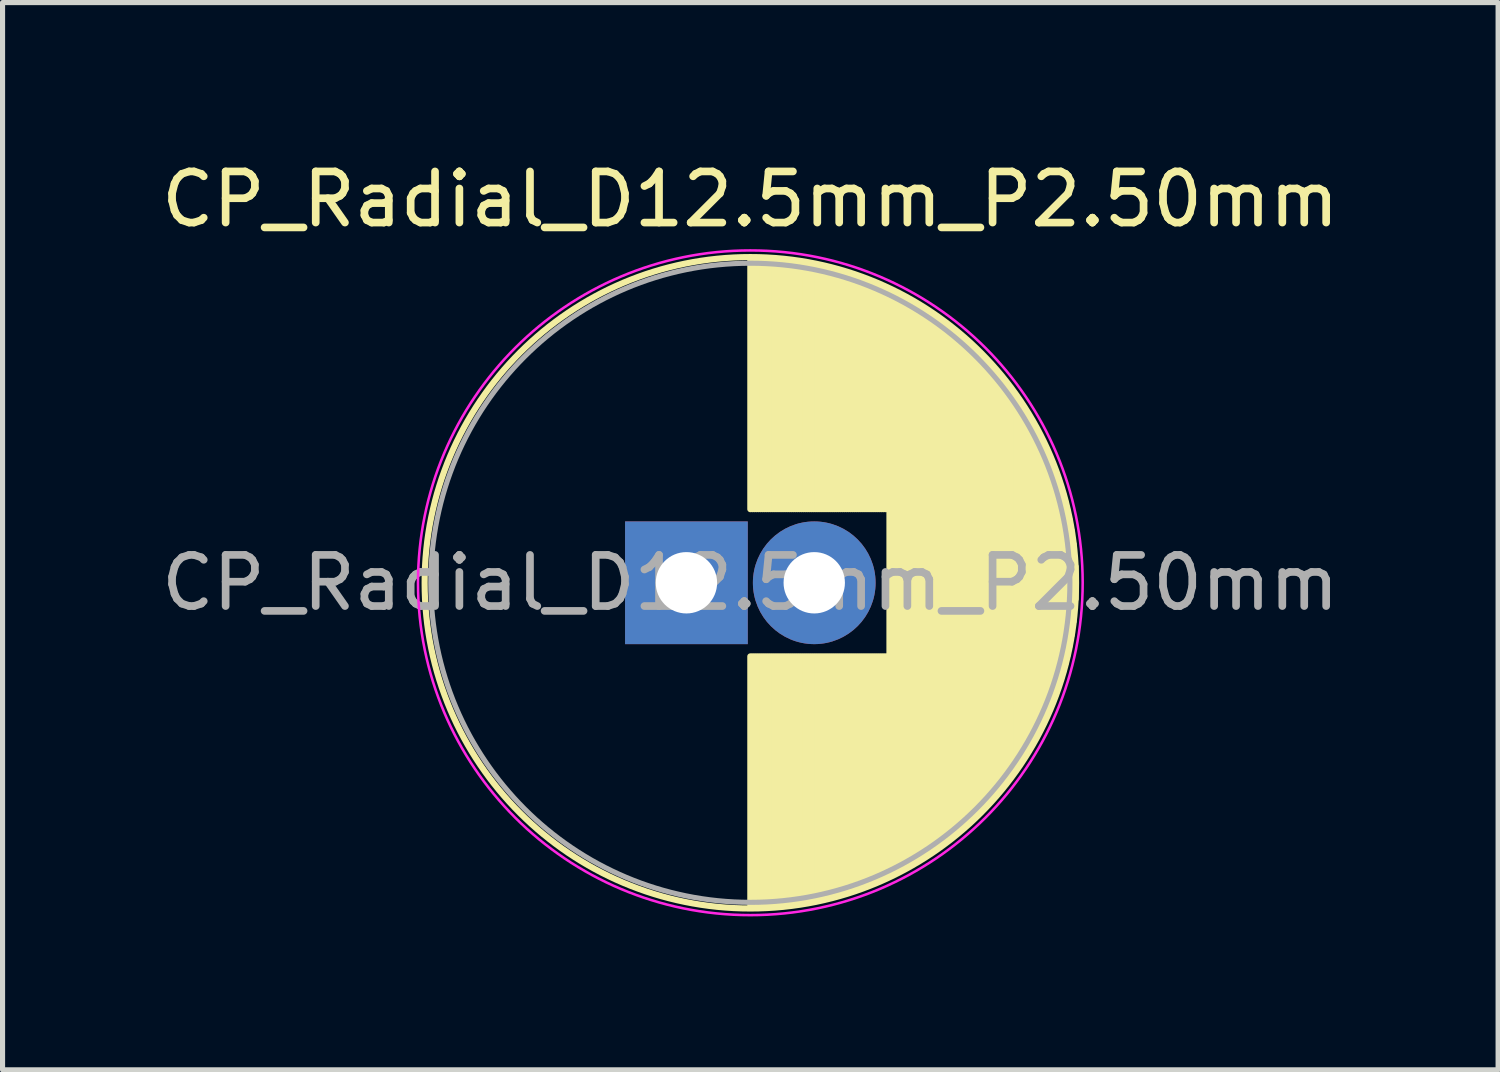
<source format=kicad_pcb>
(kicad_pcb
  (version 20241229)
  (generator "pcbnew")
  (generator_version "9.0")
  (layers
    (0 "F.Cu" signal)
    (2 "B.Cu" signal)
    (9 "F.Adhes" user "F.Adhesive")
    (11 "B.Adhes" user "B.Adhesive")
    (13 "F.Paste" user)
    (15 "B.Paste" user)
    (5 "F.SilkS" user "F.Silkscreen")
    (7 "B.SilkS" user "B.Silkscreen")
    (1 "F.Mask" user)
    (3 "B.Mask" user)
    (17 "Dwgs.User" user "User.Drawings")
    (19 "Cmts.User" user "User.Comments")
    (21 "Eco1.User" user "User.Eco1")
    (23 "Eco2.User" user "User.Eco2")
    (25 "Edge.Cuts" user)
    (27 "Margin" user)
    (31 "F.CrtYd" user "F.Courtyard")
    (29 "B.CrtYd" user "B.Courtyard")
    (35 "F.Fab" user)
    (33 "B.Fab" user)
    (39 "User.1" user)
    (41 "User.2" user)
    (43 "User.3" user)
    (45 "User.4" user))
  (footprint "CP_Radial_D12.5mm_P2.50mm"
    (layer "F.Cu")
    (at 10.375 8.348)
    (property "Reference" "CP_Radial_D12.5mm_P2.50mm" (at 1.25 -7.5 0) (layer "F.SilkS") (effects (font (size 1 1) (thickness 0.15))))
    (attr through_hole)
    (fp_line (start 1.25 -6.33) (end 1.25 -1.44) (stroke (width 0.12) (type solid)) (layer "F.SilkS"))
    (fp_line (start 1.25 1.44) (end 1.25 6.33) (stroke (width 0.12) (type solid)) (layer "F.SilkS"))
    (fp_line (start 1.29 -6.33) (end 1.29 -1.44) (stroke (width 0.12) (type solid)) (layer "F.SilkS"))
    (fp_line (start 1.29 1.44) (end 1.29 6.33) (stroke (width 0.12) (type solid)) (layer "F.SilkS"))
    (fp_line (start 1.33 -6.33) (end 1.33 -1.44) (stroke (width 0.12) (type solid)) (layer "F.SilkS"))
    (fp_line (start 1.33 1.44) (end 1.33 6.33) (stroke (width 0.12) (type solid)) (layer "F.SilkS"))
    (fp_line (start 1.37 -6.329) (end 1.37 -1.44) (stroke (width 0.12) (type solid)) (layer "F.SilkS"))
    (fp_line (start 1.37 1.44) (end 1.37 6.329) (stroke (width 0.12) (type solid)) (layer "F.SilkS"))
    (fp_line (start 1.41 -6.328) (end 1.41 -1.44) (stroke (width 0.12) (type solid)) (layer "F.SilkS"))
    (fp_line (start 1.41 1.44) (end 1.41 6.328) (stroke (width 0.12) (type solid)) (layer "F.SilkS"))
    (fp_line (start 1.45 -6.327) (end 1.45 -1.44) (stroke (width 0.12) (type solid)) (layer "F.SilkS"))
    (fp_line (start 1.45 1.44) (end 1.45 6.327) (stroke (width 0.12) (type solid)) (layer "F.SilkS"))
    (fp_line (start 1.49 -6.326) (end 1.49 -1.44) (stroke (width 0.12) (type solid)) (layer "F.SilkS"))
    (fp_line (start 1.49 1.44) (end 1.49 6.326) (stroke (width 0.12) (type solid)) (layer "F.SilkS"))
    (fp_line (start 1.53 -6.324) (end 1.53 -1.44) (stroke (width 0.12) (type solid)) (layer "F.SilkS"))
    (fp_line (start 1.53 1.44) (end 1.53 6.324) (stroke (width 0.12) (type solid)) (layer "F.SilkS"))
    (fp_line (start 1.57 -6.322) (end 1.57 -1.44) (stroke (width 0.12) (type solid)) (layer "F.SilkS"))
    (fp_line (start 1.57 1.44) (end 1.57 6.322) (stroke (width 0.12) (type solid)) (layer "F.SilkS"))
    (fp_line (start 1.61 -6.32) (end 1.61 -1.44) (stroke (width 0.12) (type solid)) (layer "F.SilkS"))
    (fp_line (start 1.61 1.44) (end 1.61 6.32) (stroke (width 0.12) (type solid)) (layer "F.SilkS"))
    (fp_line (start 1.65 -6.318) (end 1.65 -1.44) (stroke (width 0.12) (type solid)) (layer "F.SilkS"))
    (fp_line (start 1.65 1.44) (end 1.65 6.318) (stroke (width 0.12) (type solid)) (layer "F.SilkS"))
    (fp_line (start 1.69 -6.315) (end 1.69 -1.44) (stroke (width 0.12) (type solid)) (layer "F.SilkS"))
    (fp_line (start 1.69 1.44) (end 1.69 6.315) (stroke (width 0.12) (type solid)) (layer "F.SilkS"))
    (fp_line (start 1.73 -6.312) (end 1.73 -1.44) (stroke (width 0.12) (type solid)) (layer "F.SilkS"))
    (fp_line (start 1.73 1.44) (end 1.73 6.312) (stroke (width 0.12) (type solid)) (layer "F.SilkS"))
    (fp_line (start 1.77 -6.309) (end 1.77 -1.44) (stroke (width 0.12) (type solid)) (layer "F.SilkS"))
    (fp_line (start 1.77 1.44) (end 1.77 6.309) (stroke (width 0.12) (type solid)) (layer "F.SilkS"))
    (fp_line (start 1.81 -6.306) (end 1.81 -1.44) (stroke (width 0.12) (type solid)) (layer "F.SilkS"))
    (fp_line (start 1.81 1.44) (end 1.81 6.306) (stroke (width 0.12) (type solid)) (layer "F.SilkS"))
    (fp_line (start 1.85 -6.302) (end 1.85 -1.44) (stroke (width 0.12) (type solid)) (layer "F.SilkS"))
    (fp_line (start 1.85 1.44) (end 1.85 6.302) (stroke (width 0.12) (type solid)) (layer "F.SilkS"))
    (fp_line (start 1.89 -6.298) (end 1.89 -1.44) (stroke (width 0.12) (type solid)) (layer "F.SilkS"))
    (fp_line (start 1.89 1.44) (end 1.89 6.298) (stroke (width 0.12) (type solid)) (layer "F.SilkS"))
    (fp_line (start 1.93 -6.294) (end 1.93 -1.44) (stroke (width 0.12) (type solid)) (layer "F.SilkS"))
    (fp_line (start 1.93 1.44) (end 1.93 6.294) (stroke (width 0.12) (type solid)) (layer "F.SilkS"))
    (fp_line (start 1.971 -6.29) (end 1.971 -1.44) (stroke (width 0.12) (type solid)) (layer "F.SilkS"))
    (fp_line (start 1.971 1.44) (end 1.971 6.29) (stroke (width 0.12) (type solid)) (layer "F.SilkS"))
    (fp_line (start 2.011 -6.285) (end 2.011 -1.44) (stroke (width 0.12) (type solid)) (layer "F.SilkS"))
    (fp_line (start 2.011 1.44) (end 2.011 6.285) (stroke (width 0.12) (type solid)) (layer "F.SilkS"))
    (fp_line (start 2.051 -6.28) (end 2.051 -1.44) (stroke (width 0.12) (type solid)) (layer "F.SilkS"))
    (fp_line (start 2.051 1.44) (end 2.051 6.28) (stroke (width 0.12) (type solid)) (layer "F.SilkS"))
    (fp_line (start 2.091 -6.275) (end 2.091 -1.44) (stroke (width 0.12) (type solid)) (layer "F.SilkS"))
    (fp_line (start 2.091 1.44) (end 2.091 6.275) (stroke (width 0.12) (type solid)) (layer "F.SilkS"))
    (fp_line (start 2.131 -6.269) (end 2.131 -1.44) (stroke (width 0.12) (type solid)) (layer "F.SilkS"))
    (fp_line (start 2.131 1.44) (end 2.131 6.269) (stroke (width 0.12) (type solid)) (layer "F.SilkS"))
    (fp_line (start 2.171 -6.264) (end 2.171 -1.44) (stroke (width 0.12) (type solid)) (layer "F.SilkS"))
    (fp_line (start 2.171 1.44) (end 2.171 6.264) (stroke (width 0.12) (type solid)) (layer "F.SilkS"))
    (fp_line (start 2.211 -6.258) (end 2.211 -1.44) (stroke (width 0.12) (type solid)) (layer "F.SilkS"))
    (fp_line (start 2.211 1.44) (end 2.211 6.258) (stroke (width 0.12) (type solid)) (layer "F.SilkS"))
    (fp_line (start 2.251 -6.252) (end 2.251 -1.44) (stroke (width 0.12) (type solid)) (layer "F.SilkS"))
    (fp_line (start 2.251 1.44) (end 2.251 6.252) (stroke (width 0.12) (type solid)) (layer "F.SilkS"))
    (fp_line (start 2.291 -6.245) (end 2.291 -1.44) (stroke (width 0.12) (type solid)) (layer "F.SilkS"))
    (fp_line (start 2.291 1.44) (end 2.291 6.245) (stroke (width 0.12) (type solid)) (layer "F.SilkS"))
    (fp_line (start 2.331 -6.238) (end 2.331 -1.44) (stroke (width 0.12) (type solid)) (layer "F.SilkS"))
    (fp_line (start 2.331 1.44) (end 2.331 6.238) (stroke (width 0.12) (type solid)) (layer "F.SilkS"))
    (fp_line (start 2.371 -6.231) (end 2.371 -1.44) (stroke (width 0.12) (type solid)) (layer "F.SilkS"))
    (fp_line (start 2.371 1.44) (end 2.371 6.231) (stroke (width 0.12) (type solid)) (layer "F.SilkS"))
    (fp_line (start 2.411 -6.224) (end 2.411 -1.44) (stroke (width 0.12) (type solid)) (layer "F.SilkS"))
    (fp_line (start 2.411 1.44) (end 2.411 6.224) (stroke (width 0.12) (type solid)) (layer "F.SilkS"))
    (fp_line (start 2.451 -6.216) (end 2.451 -1.44) (stroke (width 0.12) (type solid)) (layer "F.SilkS"))
    (fp_line (start 2.451 1.44) (end 2.451 6.216) (stroke (width 0.12) (type solid)) (layer "F.SilkS"))
    (fp_line (start 2.491 -6.209) (end 2.491 -1.44) (stroke (width 0.12) (type solid)) (layer "F.SilkS"))
    (fp_line (start 2.491 1.44) (end 2.491 6.209) (stroke (width 0.12) (type solid)) (layer "F.SilkS"))
    (fp_line (start 2.531 -6.201) (end 2.531 -1.44) (stroke (width 0.12) (type solid)) (layer "F.SilkS"))
    (fp_line (start 2.531 1.44) (end 2.531 6.201) (stroke (width 0.12) (type solid)) (layer "F.SilkS"))
    (fp_line (start 2.571 -6.192) (end 2.571 -1.44) (stroke (width 0.12) (type solid)) (layer "F.SilkS"))
    (fp_line (start 2.571 1.44) (end 2.571 6.192) (stroke (width 0.12) (type solid)) (layer "F.SilkS"))
    (fp_line (start 2.611 -6.184) (end 2.611 -1.44) (stroke (width 0.12) (type solid)) (layer "F.SilkS"))
    (fp_line (start 2.611 1.44) (end 2.611 6.184) (stroke (width 0.12) (type solid)) (layer "F.SilkS"))
    (fp_line (start 2.651 -6.175) (end 2.651 -1.44) (stroke (width 0.12) (type solid)) (layer "F.SilkS"))
    (fp_line (start 2.651 1.44) (end 2.651 6.175) (stroke (width 0.12) (type solid)) (layer "F.SilkS"))
    (fp_line (start 2.691 -6.166) (end 2.691 -1.44) (stroke (width 0.12) (type solid)) (layer "F.SilkS"))
    (fp_line (start 2.691 1.44) (end 2.691 6.166) (stroke (width 0.12) (type solid)) (layer "F.SilkS"))
    (fp_line (start 2.731 -6.156) (end 2.731 -1.44) (stroke (width 0.12) (type solid)) (layer "F.SilkS"))
    (fp_line (start 2.731 1.44) (end 2.731 6.156) (stroke (width 0.12) (type solid)) (layer "F.SilkS"))
    (fp_line (start 2.771 -6.146) (end 2.771 -1.44) (stroke (width 0.12) (type solid)) (layer "F.SilkS"))
    (fp_line (start 2.771 1.44) (end 2.771 6.146) (stroke (width 0.12) (type solid)) (layer "F.SilkS"))
    (fp_line (start 2.811 -6.137) (end 2.811 -1.44) (stroke (width 0.12) (type solid)) (layer "F.SilkS"))
    (fp_line (start 2.811 1.44) (end 2.811 6.137) (stroke (width 0.12) (type solid)) (layer "F.SilkS"))
    (fp_line (start 2.851 -6.126) (end 2.851 -1.44) (stroke (width 0.12) (type solid)) (layer "F.SilkS"))
    (fp_line (start 2.851 1.44) (end 2.851 6.126) (stroke (width 0.12) (type solid)) (layer "F.SilkS"))
    (fp_line (start 2.891 -6.116) (end 2.891 -1.44) (stroke (width 0.12) (type solid)) (layer "F.SilkS"))
    (fp_line (start 2.891 1.44) (end 2.891 6.116) (stroke (width 0.12) (type solid)) (layer "F.SilkS"))
    (fp_line (start 2.931 -6.105) (end 2.931 -1.44) (stroke (width 0.12) (type solid)) (layer "F.SilkS"))
    (fp_line (start 2.931 1.44) (end 2.931 6.105) (stroke (width 0.12) (type solid)) (layer "F.SilkS"))
    (fp_line (start 2.971 -6.094) (end 2.971 -1.44) (stroke (width 0.12) (type solid)) (layer "F.SilkS"))
    (fp_line (start 2.971 1.44) (end 2.971 6.094) (stroke (width 0.12) (type solid)) (layer "F.SilkS"))
    (fp_line (start 3.011 -6.083) (end 3.011 -1.44) (stroke (width 0.12) (type solid)) (layer "F.SilkS"))
    (fp_line (start 3.011 1.44) (end 3.011 6.083) (stroke (width 0.12) (type solid)) (layer "F.SilkS"))
    (fp_line (start 3.051 -6.071) (end 3.051 -1.44) (stroke (width 0.12) (type solid)) (layer "F.SilkS"))
    (fp_line (start 3.051 1.44) (end 3.051 6.071) (stroke (width 0.12) (type solid)) (layer "F.SilkS"))
    (fp_line (start 3.091 -6.059) (end 3.091 -1.44) (stroke (width 0.12) (type solid)) (layer "F.SilkS"))
    (fp_line (start 3.091 1.44) (end 3.091 6.059) (stroke (width 0.12) (type solid)) (layer "F.SilkS"))
    (fp_line (start 3.131 -6.047) (end 3.131 -1.44) (stroke (width 0.12) (type solid)) (layer "F.SilkS"))
    (fp_line (start 3.131 1.44) (end 3.131 6.047) (stroke (width 0.12) (type solid)) (layer "F.SilkS"))
    (fp_line (start 3.171 -6.034) (end 3.171 -1.44) (stroke (width 0.12) (type solid)) (layer "F.SilkS"))
    (fp_line (start 3.171 1.44) (end 3.171 6.034) (stroke (width 0.12) (type solid)) (layer "F.SilkS"))
    (fp_line (start 3.211 -6.021) (end 3.211 -1.44) (stroke (width 0.12) (type solid)) (layer "F.SilkS"))
    (fp_line (start 3.211 1.44) (end 3.211 6.021) (stroke (width 0.12) (type solid)) (layer "F.SilkS"))
    (fp_line (start 3.251 -6.008) (end 3.251 -1.44) (stroke (width 0.12) (type solid)) (layer "F.SilkS"))
    (fp_line (start 3.251 1.44) (end 3.251 6.008) (stroke (width 0.12) (type solid)) (layer "F.SilkS"))
    (fp_line (start 3.291 -5.995) (end 3.291 -1.44) (stroke (width 0.12) (type solid)) (layer "F.SilkS"))
    (fp_line (start 3.291 1.44) (end 3.291 5.995) (stroke (width 0.12) (type solid)) (layer "F.SilkS"))
    (fp_line (start 3.331 -5.981) (end 3.331 -1.44) (stroke (width 0.12) (type solid)) (layer "F.SilkS"))
    (fp_line (start 3.331 1.44) (end 3.331 5.981) (stroke (width 0.12) (type solid)) (layer "F.SilkS"))
    (fp_line (start 3.371 -5.967) (end 3.371 -1.44) (stroke (width 0.12) (type solid)) (layer "F.SilkS"))
    (fp_line (start 3.371 1.44) (end 3.371 5.967) (stroke (width 0.12) (type solid)) (layer "F.SilkS"))
    (fp_line (start 3.411 -5.953) (end 3.411 -1.44) (stroke (width 0.12) (type solid)) (layer "F.SilkS"))
    (fp_line (start 3.411 1.44) (end 3.411 5.953) (stroke (width 0.12) (type solid)) (layer "F.SilkS"))
    (fp_line (start 3.451 -5.939) (end 3.451 -1.44) (stroke (width 0.12) (type solid)) (layer "F.SilkS"))
    (fp_line (start 3.451 1.44) (end 3.451 5.939) (stroke (width 0.12) (type solid)) (layer "F.SilkS"))
    (fp_line (start 3.491 -5.924) (end 3.491 -1.44) (stroke (width 0.12) (type solid)) (layer "F.SilkS"))
    (fp_line (start 3.491 1.44) (end 3.491 5.924) (stroke (width 0.12) (type solid)) (layer "F.SilkS"))
    (fp_line (start 3.531 -5.908) (end 3.531 -1.44) (stroke (width 0.12) (type solid)) (layer "F.SilkS"))
    (fp_line (start 3.531 1.44) (end 3.531 5.908) (stroke (width 0.12) (type solid)) (layer "F.SilkS"))
    (fp_line (start 3.571 -5.893) (end 3.571 -1.44) (stroke (width 0.12) (type solid)) (layer "F.SilkS"))
    (fp_line (start 3.571 1.44) (end 3.571 5.893) (stroke (width 0.12) (type solid)) (layer "F.SilkS"))
    (fp_line (start 3.611 -5.877) (end 3.611 -1.44) (stroke (width 0.12) (type solid)) (layer "F.SilkS"))
    (fp_line (start 3.611 1.44) (end 3.611 5.877) (stroke (width 0.12) (type solid)) (layer "F.SilkS"))
    (fp_line (start 3.651 -5.861) (end 3.651 -1.44) (stroke (width 0.12) (type solid)) (layer "F.SilkS"))
    (fp_line (start 3.651 1.44) (end 3.651 5.861) (stroke (width 0.12) (type solid)) (layer "F.SilkS"))
    (fp_line (start 3.691 -5.845) (end 3.691 -1.44) (stroke (width 0.12) (type solid)) (layer "F.SilkS"))
    (fp_line (start 3.691 1.44) (end 3.691 5.845) (stroke (width 0.12) (type solid)) (layer "F.SilkS"))
    (fp_line (start 3.731 -5.828) (end 3.731 -1.44) (stroke (width 0.12) (type solid)) (layer "F.SilkS"))
    (fp_line (start 3.731 1.44) (end 3.731 5.828) (stroke (width 0.12) (type solid)) (layer "F.SilkS"))
    (fp_line (start 3.771 -5.811) (end 3.771 -1.44) (stroke (width 0.12) (type solid)) (layer "F.SilkS"))
    (fp_line (start 3.771 1.44) (end 3.771 5.811) (stroke (width 0.12) (type solid)) (layer "F.SilkS"))
    (fp_line (start 3.811 -5.793) (end 3.811 -1.44) (stroke (width 0.12) (type solid)) (layer "F.SilkS"))
    (fp_line (start 3.811 1.44) (end 3.811 5.793) (stroke (width 0.12) (type solid)) (layer "F.SilkS"))
    (fp_line (start 3.851 -5.776) (end 3.851 -1.44) (stroke (width 0.12) (type solid)) (layer "F.SilkS"))
    (fp_line (start 3.851 1.44) (end 3.851 5.776) (stroke (width 0.12) (type solid)) (layer "F.SilkS"))
    (fp_line (start 3.891 -5.758) (end 3.891 -1.44) (stroke (width 0.12) (type solid)) (layer "F.SilkS"))
    (fp_line (start 3.891 1.44) (end 3.891 5.758) (stroke (width 0.12) (type solid)) (layer "F.SilkS"))
    (fp_line (start 3.931 -5.739) (end 3.931 -1.44) (stroke (width 0.12) (type solid)) (layer "F.SilkS"))
    (fp_line (start 3.931 1.44) (end 3.931 5.739) (stroke (width 0.12) (type solid)) (layer "F.SilkS"))
    (fp_line (start 3.971 -5.721) (end 3.971 5.721) (stroke (width 0.12) (type solid)) (layer "F.SilkS"))
    (fp_line (start 4.011 -5.702) (end 4.011 5.702) (stroke (width 0.12) (type solid)) (layer "F.SilkS"))
    (fp_line (start 4.051 -5.682) (end 4.051 5.682) (stroke (width 0.12) (type solid)) (layer "F.SilkS"))
    (fp_line (start 4.091 -5.662) (end 4.091 5.662) (stroke (width 0.12) (type solid)) (layer "F.SilkS"))
    (fp_line (start 4.131 -5.642) (end 4.131 5.642) (stroke (width 0.12) (type solid)) (layer "F.SilkS"))
    (fp_line (start 4.171 -5.622) (end 4.171 5.622) (stroke (width 0.12) (type solid)) (layer "F.SilkS"))
    (fp_line (start 4.211 -5.601) (end 4.211 5.601) (stroke (width 0.12) (type solid)) (layer "F.SilkS"))
    (fp_line (start 4.251 -5.58) (end 4.251 5.58) (stroke (width 0.12) (type solid)) (layer "F.SilkS"))
    (fp_line (start 4.291 -5.558) (end 4.291 5.558) (stroke (width 0.12) (type solid)) (layer "F.SilkS"))
    (fp_line (start 4.331 -5.536) (end 4.331 5.536) (stroke (width 0.12) (type solid)) (layer "F.SilkS"))
    (fp_line (start 4.371 -5.514) (end 4.371 5.514) (stroke (width 0.12) (type solid)) (layer "F.SilkS"))
    (fp_line (start 4.411 -5.491) (end 4.411 5.491) (stroke (width 0.12) (type solid)) (layer "F.SilkS"))
    (fp_line (start 4.451 -5.468) (end 4.451 5.468) (stroke (width 0.12) (type solid)) (layer "F.SilkS"))
    (fp_line (start 4.491 -5.445) (end 4.491 5.445) (stroke (width 0.12) (type solid)) (layer "F.SilkS"))
    (fp_line (start 4.531 -5.421) (end 4.531 5.421) (stroke (width 0.12) (type solid)) (layer "F.SilkS"))
    (fp_line (start 4.571 -5.397) (end 4.571 5.397) (stroke (width 0.12) (type solid)) (layer "F.SilkS"))
    (fp_line (start 4.611 -5.372) (end 4.611 5.372) (stroke (width 0.12) (type solid)) (layer "F.SilkS"))
    (fp_line (start 4.651 -5.347) (end 4.651 5.347) (stroke (width 0.12) (type solid)) (layer "F.SilkS"))
    (fp_line (start 4.691 -5.322) (end 4.691 5.322) (stroke (width 0.12) (type solid)) (layer "F.SilkS"))
    (fp_line (start 4.731 -5.296) (end 4.731 5.296) (stroke (width 0.12) (type solid)) (layer "F.SilkS"))
    (fp_line (start 4.771 -5.27) (end 4.771 5.27) (stroke (width 0.12) (type solid)) (layer "F.SilkS"))
    (fp_line (start 4.811 -5.243) (end 4.811 5.243) (stroke (width 0.12) (type solid)) (layer "F.SilkS"))
    (fp_line (start 4.851 -5.216) (end 4.851 5.216) (stroke (width 0.12) (type solid)) (layer "F.SilkS"))
    (fp_line (start 4.891 -5.188) (end 4.891 5.188) (stroke (width 0.12) (type solid)) (layer "F.SilkS"))
    (fp_line (start 4.931 -5.16) (end 4.931 5.16) (stroke (width 0.12) (type solid)) (layer "F.SilkS"))
    (fp_line (start 4.971 -5.131) (end 4.971 5.131) (stroke (width 0.12) (type solid)) (layer "F.SilkS"))
    (fp_line (start 5.011 -5.102) (end 5.011 5.102) (stroke (width 0.12) (type solid)) (layer "F.SilkS"))
    (fp_line (start 5.051 -5.073) (end 5.051 5.073) (stroke (width 0.12) (type solid)) (layer "F.SilkS"))
    (fp_line (start 5.091 -5.043) (end 5.091 5.043) (stroke (width 0.12) (type solid)) (layer "F.SilkS"))
    (fp_line (start 5.131 -5.012) (end 5.131 5.012) (stroke (width 0.12) (type solid)) (layer "F.SilkS"))
    (fp_line (start 5.171 -4.982) (end 5.171 4.982) (stroke (width 0.12) (type solid)) (layer "F.SilkS"))
    (fp_line (start 5.211 -4.95) (end 5.211 4.95) (stroke (width 0.12) (type solid)) (layer "F.SilkS"))
    (fp_line (start 5.251 -4.918) (end 5.251 4.918) (stroke (width 0.12) (type solid)) (layer "F.SilkS"))
    (fp_line (start 5.291 -4.885) (end 5.291 4.885) (stroke (width 0.12) (type solid)) (layer "F.SilkS"))
    (fp_line (start 5.331 -4.852) (end 5.331 4.852) (stroke (width 0.12) (type solid)) (layer "F.SilkS"))
    (fp_line (start 5.371 -4.819) (end 5.371 4.819) (stroke (width 0.12) (type solid)) (layer "F.SilkS"))
    (fp_line (start 5.411 -4.785) (end 5.411 4.785) (stroke (width 0.12) (type solid)) (layer "F.SilkS"))
    (fp_line (start 5.451 -4.75) (end 5.451 4.75) (stroke (width 0.12) (type solid)) (layer "F.SilkS"))
    (fp_line (start 5.491 -4.714) (end 5.491 4.714) (stroke (width 0.12) (type solid)) (layer "F.SilkS"))
    (fp_line (start 5.531 -4.678) (end 5.531 4.678) (stroke (width 0.12) (type solid)) (layer "F.SilkS"))
    (fp_line (start 5.571 -4.642) (end 5.571 4.642) (stroke (width 0.12) (type solid)) (layer "F.SilkS"))
    (fp_line (start 5.611 -4.605) (end 5.611 4.605) (stroke (width 0.12) (type solid)) (layer "F.SilkS"))
    (fp_line (start 5.651 -4.567) (end 5.651 4.567) (stroke (width 0.12) (type solid)) (layer "F.SilkS"))
    (fp_line (start 5.691 -4.528) (end 5.691 4.528) (stroke (width 0.12) (type solid)) (layer "F.SilkS"))
    (fp_line (start 5.731 -4.489) (end 5.731 4.489) (stroke (width 0.12) (type solid)) (layer "F.SilkS"))
    (fp_line (start 5.771 -4.449) (end 5.771 4.449) (stroke (width 0.12) (type solid)) (layer "F.SilkS"))
    (fp_line (start 5.811 -4.408) (end 5.811 4.408) (stroke (width 0.12) (type solid)) (layer "F.SilkS"))
    (fp_line (start 5.851 -4.367) (end 5.851 4.367) (stroke (width 0.12) (type solid)) (layer "F.SilkS"))
    (fp_line (start 5.891 -4.325) (end 5.891 4.325) (stroke (width 0.12) (type solid)) (layer "F.SilkS"))
    (fp_line (start 5.931 -4.282) (end 5.931 4.282) (stroke (width 0.12) (type solid)) (layer "F.SilkS"))
    (fp_line (start 5.971 -4.238) (end 5.971 4.238) (stroke (width 0.12) (type solid)) (layer "F.SilkS"))
    (fp_line (start 6.011 -4.194) (end 6.011 4.194) (stroke (width 0.12) (type solid)) (layer "F.SilkS"))
    (fp_line (start 6.051 -4.148) (end 6.051 4.148) (stroke (width 0.12) (type solid)) (layer "F.SilkS"))
    (fp_line (start 6.091 -4.102) (end 6.091 4.102) (stroke (width 0.12) (type solid)) (layer "F.SilkS"))
    (fp_line (start 6.131 -4.055) (end 6.131 4.055) (stroke (width 0.12) (type solid)) (layer "F.SilkS"))
    (fp_line (start 6.171 -4.007) (end 6.171 4.007) (stroke (width 0.12) (type solid)) (layer "F.SilkS"))
    (fp_line (start 6.211 -3.957) (end 6.211 3.957) (stroke (width 0.12) (type solid)) (layer "F.SilkS"))
    (fp_line (start 6.251 -3.907) (end 6.251 3.907) (stroke (width 0.12) (type solid)) (layer "F.SilkS"))
    (fp_line (start 6.291 -3.856) (end 6.291 3.856) (stroke (width 0.12) (type solid)) (layer "F.SilkS"))
    (fp_line (start 6.331 -3.804) (end 6.331 3.804) (stroke (width 0.12) (type solid)) (layer "F.SilkS"))
    (fp_line (start 6.371 -3.75) (end 6.371 3.75) (stroke (width 0.12) (type solid)) (layer "F.SilkS"))
    (fp_line (start 6.411 -3.696) (end 6.411 3.696) (stroke (width 0.12) (type solid)) (layer "F.SilkS"))
    (fp_line (start 6.451 -3.64) (end 6.451 3.64) (stroke (width 0.12) (type solid)) (layer "F.SilkS"))
    (fp_line (start 6.491 -3.583) (end 6.491 3.583) (stroke (width 0.12) (type solid)) (layer "F.SilkS"))
    (fp_line (start 6.531 -3.524) (end 6.531 3.524) (stroke (width 0.12) (type solid)) (layer "F.SilkS"))
    (fp_line (start 6.571 -3.464) (end 6.571 3.464) (stroke (width 0.12) (type solid)) (layer "F.SilkS"))
    (fp_line (start 6.611 -3.402) (end 6.611 3.402) (stroke (width 0.12) (type solid)) (layer "F.SilkS"))
    (fp_line (start 6.651 -3.339) (end 6.651 3.339) (stroke (width 0.12) (type solid)) (layer "F.SilkS"))
    (fp_line (start 6.691 -3.275) (end 6.691 3.275) (stroke (width 0.12) (type solid)) (layer "F.SilkS"))
    (fp_line (start 6.731 -3.208) (end 6.731 3.208) (stroke (width 0.12) (type solid)) (layer "F.SilkS"))
    (fp_line (start 6.771 -3.14) (end 6.771 3.14) (stroke (width 0.12) (type solid)) (layer "F.SilkS"))
    (fp_line (start 6.811 -3.069) (end 6.811 3.069) (stroke (width 0.12) (type solid)) (layer "F.SilkS"))
    (fp_line (start 6.851 -2.996) (end 6.851 2.996) (stroke (width 0.12) (type solid)) (layer "F.SilkS"))
    (fp_line (start 6.891 -2.921) (end 6.891 2.921) (stroke (width 0.12) (type solid)) (layer "F.SilkS"))
    (fp_line (start 6.931 -2.844) (end 6.931 2.844) (stroke (width 0.12) (type solid)) (layer "F.SilkS"))
    (fp_line (start 6.971 -2.764) (end 6.971 2.764) (stroke (width 0.12) (type solid)) (layer "F.SilkS"))
    (fp_line (start 7.011 -2.681) (end 7.011 2.681) (stroke (width 0.12) (type solid)) (layer "F.SilkS"))
    (fp_line (start 7.051 -2.594) (end 7.051 2.594) (stroke (width 0.12) (type solid)) (layer "F.SilkS"))
    (fp_line (start 7.091 -2.504) (end 7.091 2.504) (stroke (width 0.12) (type solid)) (layer "F.SilkS"))
    (fp_line (start 7.131 -2.41) (end 7.131 2.41) (stroke (width 0.12) (type solid)) (layer "F.SilkS"))
    (fp_line (start 7.171 -2.312) (end 7.171 2.312) (stroke (width 0.12) (type solid)) (layer "F.SilkS"))
    (fp_line (start 7.211 -2.209) (end 7.211 2.209) (stroke (width 0.12) (type solid)) (layer "F.SilkS"))
    (fp_line (start 7.251 -2.1) (end 7.251 2.1) (stroke (width 0.12) (type solid)) (layer "F.SilkS"))
    (fp_line (start 7.291 -1.984) (end 7.291 1.984) (stroke (width 0.12) (type solid)) (layer "F.SilkS"))
    (fp_line (start 7.331 -1.861) (end 7.331 1.861) (stroke (width 0.12) (type solid)) (layer "F.SilkS"))
    (fp_line (start 7.371 -1.728) (end 7.371 1.728) (stroke (width 0.12) (type solid)) (layer "F.SilkS"))
    (fp_line (start 7.411 -1.583) (end 7.411 1.583) (stroke (width 0.12) (type solid)) (layer "F.SilkS"))
    (fp_line (start 7.451 -1.422) (end 7.451 1.422) (stroke (width 0.12) (type solid)) (layer "F.SilkS"))
    (fp_line (start 7.491 -1.241) (end 7.491 1.241) (stroke (width 0.12) (type solid)) (layer "F.SilkS"))
    (fp_line (start 7.531 -1.028) (end 7.531 1.028) (stroke (width 0.12) (type solid)) (layer "F.SilkS"))
    (fp_line (start 7.571 -0.757) (end 7.571 0.757) (stroke (width 0.12) (type solid)) (layer "F.SilkS"))
    (fp_line (start 7.611 -0.317) (end 7.611 0.317) (stroke (width 0.12) (type solid)) (layer "F.SilkS"))
    (fp_circle (center 1.25 0) (end 7.62 0) (stroke (width 0.12) (type solid)) (fill no) (layer "F.SilkS"))
    (fp_circle (center 1.25 0) (end 7.75 0) (stroke (width 0.05) (type solid)) (fill no) (layer "F.CrtYd"))
    (fp_circle (center 1.25 0) (end 7.5 0) (stroke (width 0.1) (type solid)) (fill no) (layer "F.Fab"))
    (fp_text user "${REFERENCE}" (at 1.25 0 0) (layer "F.Fab") (effects (font (size 1 1) (thickness 0.15))))
    (pad "1" thru_hole rect (at 0 0) (size 2.4 2.4) (drill 1.2) (layers "*.Cu" "*.Mask"))
    (pad "2" thru_hole circle (at 2.5 0) (size 2.4 2.4) (drill 1.2) (layers "*.Cu" "*.Mask")))
  (gr_rect
    (start -3 -3)
    (end 26.25 17.873)
    (stroke (width 0.1) (type default))
    (fill no)
    (layer "Edge.Cuts")))
</source>
